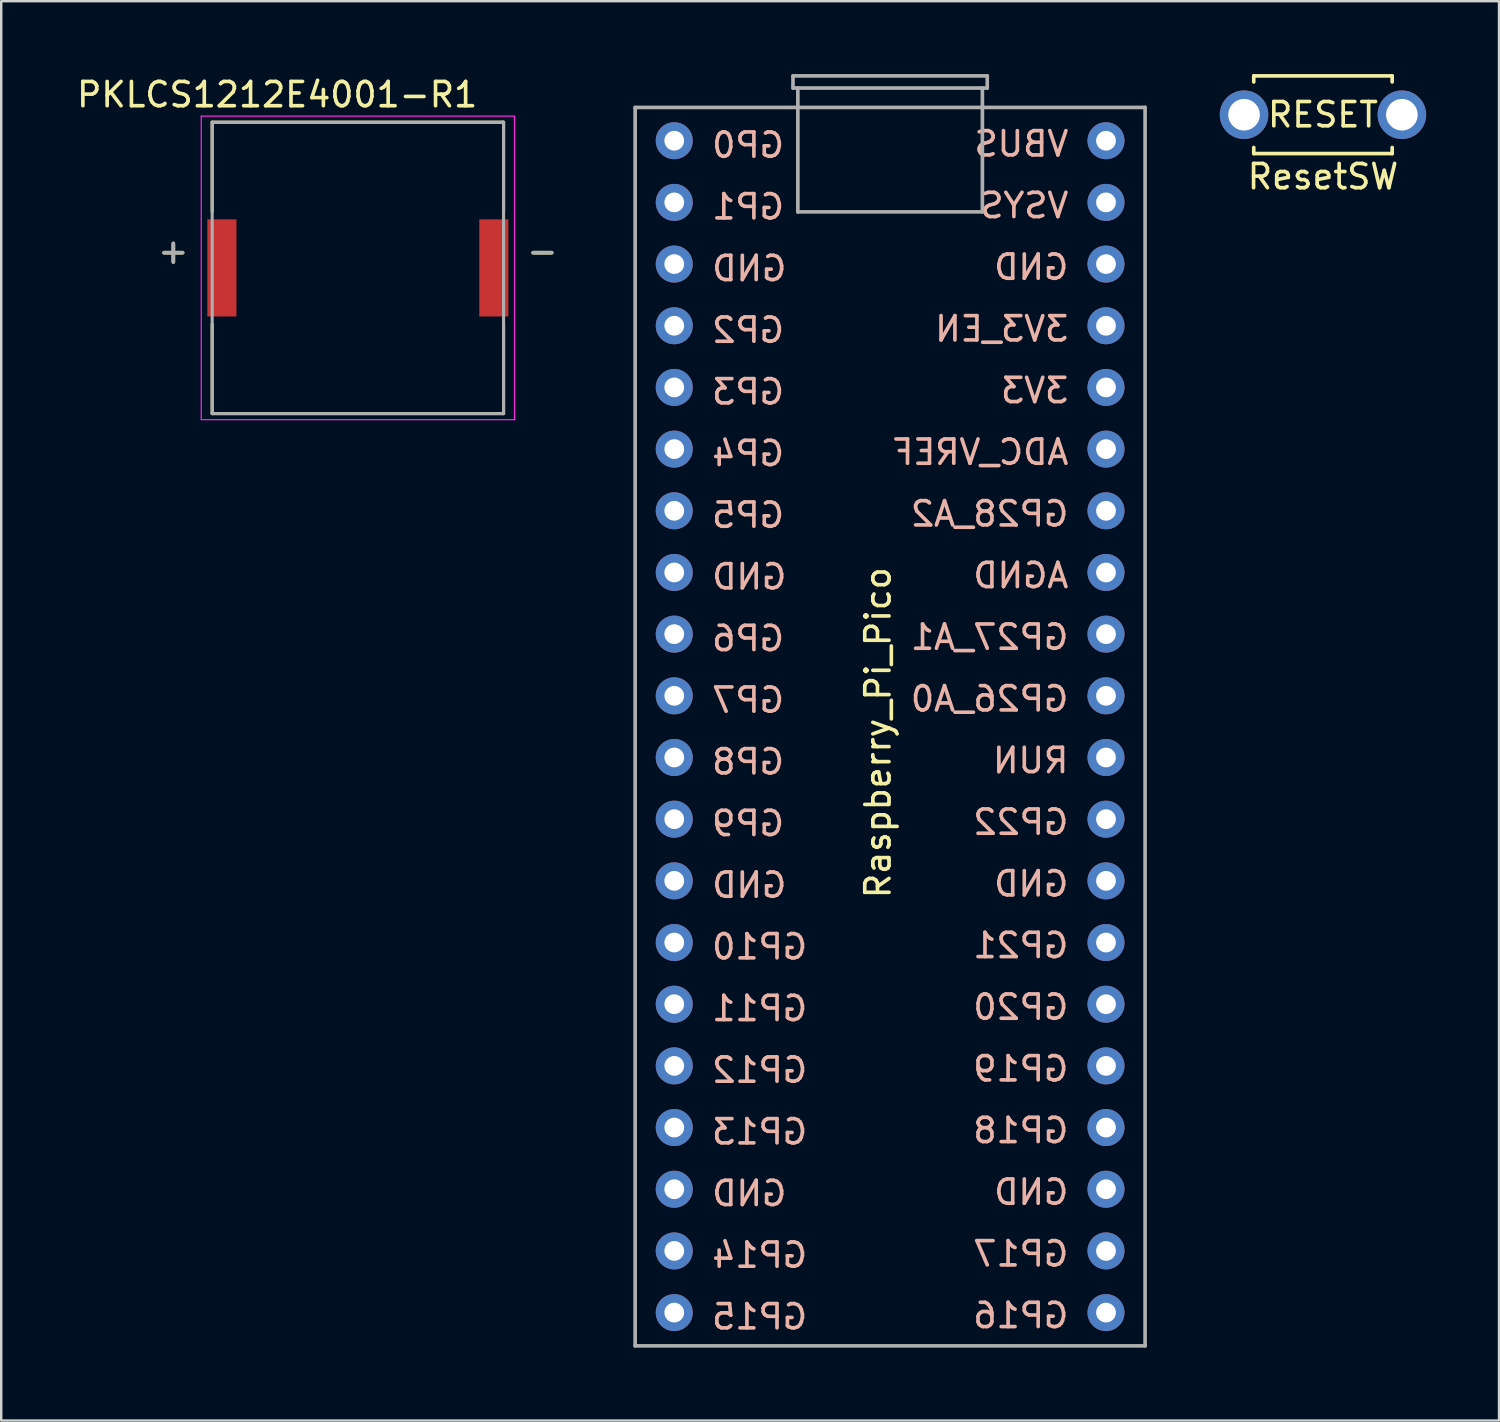
<source format=kicad_pcb>
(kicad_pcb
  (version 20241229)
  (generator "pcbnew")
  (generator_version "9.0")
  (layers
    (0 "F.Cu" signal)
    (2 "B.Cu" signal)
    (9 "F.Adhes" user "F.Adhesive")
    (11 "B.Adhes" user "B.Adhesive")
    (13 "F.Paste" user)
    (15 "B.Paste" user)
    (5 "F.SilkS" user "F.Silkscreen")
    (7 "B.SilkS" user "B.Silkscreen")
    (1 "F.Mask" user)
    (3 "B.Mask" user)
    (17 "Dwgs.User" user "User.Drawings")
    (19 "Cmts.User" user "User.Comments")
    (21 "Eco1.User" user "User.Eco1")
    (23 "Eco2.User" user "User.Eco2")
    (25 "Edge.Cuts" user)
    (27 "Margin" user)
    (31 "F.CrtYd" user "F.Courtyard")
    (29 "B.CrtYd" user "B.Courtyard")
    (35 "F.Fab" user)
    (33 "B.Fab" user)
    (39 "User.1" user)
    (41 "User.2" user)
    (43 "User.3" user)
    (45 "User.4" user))
  (footprint "Raspberry_Pi_Pico"
    (layer "F.Cu")
    (at 33.607 26.875)
    (property "Reference" "Raspberry_Pi_Pico" (at -0.5 0.25 90) (layer "F.SilkS") (effects (font (size 1 1) (thickness 0.15))))
    (attr through_hole)
    (fp_line (start -10.5 -25.5) (end -10.5 25.5) (stroke (width 0.15) (type solid)) (layer "F.Fab"))
    (fp_line (start -10.5 -25.5) (end 10.5 -25.5) (stroke (width 0.15) (type solid)) (layer "F.Fab"))
    (fp_line (start -10.5 25.5) (end 10.5 25.5) (stroke (width 0.15) (type solid)) (layer "F.Fab"))
    (fp_line (start -4 -26.8) (end -4 -26.3) (stroke (width 0.15) (type solid)) (layer "F.Fab"))
    (fp_line (start -4 -26.8) (end 4 -26.8) (stroke (width 0.15) (type solid)) (layer "F.Fab"))
    (fp_line (start -4 -26.3) (end 4 -26.3) (stroke (width 0.15) (type solid)) (layer "F.Fab"))
    (fp_line (start -3.8 -26.3) (end -3.8 -21.2) (stroke (width 0.15) (type solid)) (layer "F.Fab"))
    (fp_line (start -3.8 -21.2) (end 3.8 -21.2) (stroke (width 0.15) (type solid)) (layer "F.Fab"))
    (fp_line (start 3.8 -26.3) (end 3.8 -21.2) (stroke (width 0.15) (type solid)) (layer "F.Fab"))
    (fp_line (start 4 -26.8) (end 4 -26.3) (stroke (width 0.15) (type solid)) (layer "F.Fab"))
    (fp_line (start 10.5 -25.5) (end 10.5 25.5) (stroke (width 0.15) (type solid)) (layer "F.Fab"))
    (fp_text user "ADC_VREF" (at 3.716 -11.303 180) (layer "B.SilkS") (effects (font (size 1 1) (thickness 0.15)) (justify mirror)))
    (fp_text user "GP9" (at -5.849 3.988 180) (layer "B.SilkS") (effects (font (size 1 1) (thickness 0.15)) (justify mirror)))
    (fp_text user "GP14" (at -5.373 21.765 180) (layer "B.SilkS") (effects (font (size 1 1) (thickness 0.15)) (justify mirror)))
    (fp_text user "GND" (at -5.801 -6.17 180) (layer "B.SilkS") (effects (font (size 1 1) (thickness 0.15)) (justify mirror)))
    (fp_text user "GP4" (at -5.849 -11.249 180) (layer "B.SilkS") (effects (font (size 1 1) (thickness 0.15)) (justify mirror)))
    (fp_text user "GND" (at -5.801 -18.867 180) (layer "B.SilkS") (effects (font (size 1 1) (thickness 0.15)) (justify mirror)))
    (fp_text user "GP27_A1" (at 4.097 -3.684 180) (layer "B.SilkS") (effects (font (size 1 1) (thickness 0.15)) (justify mirror)))
    (fp_text user "GP17" (at 5.382 21.711 180) (layer "B.SilkS") (effects (font (size 1 1) (thickness 0.15)) (justify mirror)))
    (fp_text user "GND" (at 5.811 6.474 180) (layer "B.SilkS") (effects (font (size 1 1) (thickness 0.15)) (justify mirror)))
    (fp_text user "GP1" (at -5.849 -21.407 180) (layer "B.SilkS") (effects (font (size 1 1) (thickness 0.15)) (justify mirror)))
    (fp_text user "GND" (at 5.811 19.171 180) (layer "B.SilkS") (effects (font (size 1 1) (thickness 0.15)) (justify mirror)))
    (fp_text user "GND" (at -5.801 6.528 180) (layer "B.SilkS") (effects (font (size 1 1) (thickness 0.15)) (justify mirror)))
    (fp_text user "GP6" (at -5.849 -3.63 180) (layer "B.SilkS") (effects (font (size 1 1) (thickness 0.15)) (justify mirror)))
    (fp_text user "GP11" (at -5.373 11.607 180) (layer "B.SilkS") (effects (font (size 1 1) (thickness 0.15)) (justify mirror)))
    (fp_text user "GP5" (at -5.849 -8.709 180) (layer "B.SilkS") (effects (font (size 1 1) (thickness 0.15)) (justify mirror)))
    (fp_text user "GP3" (at -5.849 -13.788 180) (layer "B.SilkS") (effects (font (size 1 1) (thickness 0.15)) (justify mirror)))
    (fp_text user "GP26_A0" (at 4.097 -1.145 180) (layer "B.SilkS") (effects (font (size 1 1) (thickness 0.15)) (justify mirror)))
    (fp_text user "GND" (at 5.811 -18.921 180) (layer "B.SilkS") (effects (font (size 1 1) (thickness 0.15)) (justify mirror)))
    (fp_text user "GP10" (at -5.373 9.067 180) (layer "B.SilkS") (effects (font (size 1 1) (thickness 0.15)) (justify mirror)))
    (fp_text user "GP22" (at 5.382 3.934 180) (layer "B.SilkS") (effects (font (size 1 1) (thickness 0.15)) (justify mirror)))
    (fp_text user "VSYS" (at 5.525 -21.461 180) (layer "B.SilkS") (effects (font (size 1 1) (thickness 0.15)) (justify mirror)))
    (fp_text user "GP21" (at 5.382 9.013 180) (layer "B.SilkS") (effects (font (size 1 1) (thickness 0.15)) (justify mirror)))
    (fp_text user "3V3" (at 5.954 -13.842 180) (layer "B.SilkS") (effects (font (size 1 1) (thickness 0.15)) (justify mirror)))
    (fp_text user "GP2" (at -5.849 -16.328 180) (layer "B.SilkS") (effects (font (size 1 1) (thickness 0.15)) (justify mirror)))
    (fp_text user "VBUS" (at 5.406 -24 180) (layer "B.SilkS") (effects (font (size 1 1) (thickness 0.15)) (justify mirror)))
    (fp_text user "GP28_A2" (at 4.097 -8.763 180) (layer "B.SilkS") (effects (font (size 1 1) (thickness 0.15)) (justify mirror)))
    (fp_text user "GND" (at -5.801 19.225 180) (layer "B.SilkS") (effects (font (size 1 1) (thickness 0.15)) (justify mirror)))
    (fp_text user "GP20" (at 5.382 11.553 180) (layer "B.SilkS") (effects (font (size 1 1) (thickness 0.15)) (justify mirror)))
    (fp_text user "GP12" (at -5.373 14.146 180) (layer "B.SilkS") (effects (font (size 1 1) (thickness 0.15)) (justify mirror)))
    (fp_text user "GP8" (at -5.849 1.449 180) (layer "B.SilkS") (effects (font (size 1 1) (thickness 0.15)) (justify mirror)))
    (fp_text user "GP16" (at 5.382 24.25 180) (layer "B.SilkS") (effects (font (size 1 1) (thickness 0.15)) (justify mirror)))
    (fp_text user "GP0" (at -5.849 -23.946 180) (layer "B.SilkS") (effects (font (size 1 1) (thickness 0.15)) (justify mirror)))
    (fp_text user "GP18" (at 5.382 16.632 180) (layer "B.SilkS") (effects (font (size 1 1) (thickness 0.15)) (justify mirror)))
    (fp_text user "GP7" (at -5.849 -1.091 180) (layer "B.SilkS") (effects (font (size 1 1) (thickness 0.15)) (justify mirror)))
    (fp_text user "GP15" (at -5.373 24.304 180) (layer "B.SilkS") (effects (font (size 1 1) (thickness 0.15)) (justify mirror)))
    (fp_text user "GP19" (at 5.382 14.092 180) (layer "B.SilkS") (effects (font (size 1 1) (thickness 0.15)) (justify mirror)))
    (fp_text user "GP13" (at -5.373 16.686 180) (layer "B.SilkS") (effects (font (size 1 1) (thickness 0.15)) (justify mirror)))
    (fp_text user "3V3_EN" (at 4.597 -16.382 180) (layer "B.SilkS") (effects (font (size 1 1) (thickness 0.15)) (justify mirror)))
    (fp_text user "RUN" (at 5.787 1.395 180) (layer "B.SilkS") (effects (font (size 1 1) (thickness 0.15)) (justify mirror)))
    (fp_text user "AGND" (at 5.382 -6.224 180) (layer "B.SilkS") (effects (font (size 1 1) (thickness 0.15)) (justify mirror)))
    (pad "1" thru_hole circle (at -8.89 -24.13) (size 1.524 1.524) (drill 0.813) (layers "*.Cu" "B.Mask"))
    (pad "2" thru_hole circle (at -8.89 -21.59) (size 1.524 1.524) (drill 0.813) (layers "*.Cu" "B.Mask"))
    (pad "3" thru_hole circle (at -8.89 -19.05) (size 1.524 1.524) (drill 0.813) (layers "*.Cu" "B.Mask"))
    (pad "4" thru_hole circle (at -8.89 -16.51) (size 1.524 1.524) (drill 0.813) (layers "*.Cu" "B.Mask"))
    (pad "5" thru_hole circle (at -8.89 -13.97) (size 1.524 1.524) (drill 0.813) (layers "*.Cu" "B.Mask"))
    (pad "6" thru_hole circle (at -8.89 -11.43) (size 1.524 1.524) (drill 0.813) (layers "*.Cu" "B.Mask"))
    (pad "7" thru_hole circle (at -8.89 -8.89) (size 1.524 1.524) (drill 0.813) (layers "*.Cu" "B.Mask"))
    (pad "8" thru_hole circle (at -8.89 -6.35) (size 1.524 1.524) (drill 0.813) (layers "*.Cu" "B.Mask"))
    (pad "9" thru_hole circle (at -8.89 -3.81) (size 1.524 1.524) (drill 0.813) (layers "*.Cu" "B.Mask"))
    (pad "10" thru_hole circle (at -8.89 -1.27) (size 1.524 1.524) (drill 0.813) (layers "*.Cu" "B.Mask"))
    (pad "11" thru_hole circle (at -8.89 1.27) (size 1.524 1.524) (drill 0.813) (layers "*.Cu" "B.Mask"))
    (pad "12" thru_hole circle (at -8.89 3.81) (size 1.524 1.524) (drill 0.813) (layers "*.Cu" "B.Mask"))
    (pad "13" thru_hole circle (at -8.89 6.35) (size 1.524 1.524) (drill 0.813) (layers "*.Cu" "B.Mask"))
    (pad "14" thru_hole circle (at -8.89 8.89) (size 1.524 1.524) (drill 0.813) (layers "*.Cu" "B.Mask"))
    (pad "15" thru_hole circle (at -8.89 11.43) (size 1.524 1.524) (drill 0.813) (layers "*.Cu" "B.Mask"))
    (pad "16" thru_hole circle (at -8.89 13.97) (size 1.524 1.524) (drill 0.813) (layers "*.Cu" "B.Mask"))
    (pad "17" thru_hole circle (at -8.89 16.51) (size 1.524 1.524) (drill 0.813) (layers "*.Cu" "B.Mask"))
    (pad "18" thru_hole circle (at -8.89 19.05) (size 1.524 1.524) (drill 0.813) (layers "*.Cu" "B.Mask"))
    (pad "19" thru_hole circle (at -8.89 21.59) (size 1.524 1.524) (drill 0.813) (layers "*.Cu" "B.Mask"))
    (pad "20" thru_hole circle (at -8.89 24.13) (size 1.524 1.524) (drill 0.813) (layers "*.Cu" "B.Mask"))
    (pad "21" thru_hole circle (at 8.89 24.13) (size 1.524 1.524) (drill 0.813) (layers "*.Cu" "B.Mask"))
    (pad "22" thru_hole circle (at 8.89 21.59) (size 1.524 1.524) (drill 0.813) (layers "*.Cu" "B.Mask"))
    (pad "23" thru_hole circle (at 8.89 19.05) (size 1.524 1.524) (drill 0.813) (layers "*.Cu" "B.Mask"))
    (pad "24" thru_hole circle (at 8.89 16.51) (size 1.524 1.524) (drill 0.813) (layers "*.Cu" "B.Mask"))
    (pad "25" thru_hole circle (at 8.89 13.97) (size 1.524 1.524) (drill 0.813) (layers "*.Cu" "B.Mask"))
    (pad "26" thru_hole circle (at 8.89 11.43) (size 1.524 1.524) (drill 0.813) (layers "*.Cu" "B.Mask"))
    (pad "27" thru_hole circle (at 8.89 8.89) (size 1.524 1.524) (drill 0.813) (layers "*.Cu" "B.Mask"))
    (pad "28" thru_hole circle (at 8.89 6.35) (size 1.524 1.524) (drill 0.813) (layers "*.Cu" "B.Mask"))
    (pad "29" thru_hole circle (at 8.89 3.81) (size 1.524 1.524) (drill 0.813) (layers "*.Cu" "B.Mask"))
    (pad "30" thru_hole circle (at 8.89 1.27) (size 1.524 1.524) (drill 0.813) (layers "*.Cu" "B.Mask"))
    (pad "31" thru_hole circle (at 8.89 -1.27) (size 1.524 1.524) (drill 0.813) (layers "*.Cu" "B.Mask"))
    (pad "32" thru_hole circle (at 8.89 -3.81) (size 1.524 1.524) (drill 0.813) (layers "*.Cu" "B.Mask"))
    (pad "33" thru_hole circle (at 8.89 -6.35) (size 1.524 1.524) (drill 0.813) (layers "*.Cu" "B.Mask"))
    (pad "34" thru_hole circle (at 8.89 -8.89) (size 1.524 1.524) (drill 0.813) (layers "*.Cu" "B.Mask"))
    (pad "35" thru_hole circle (at 8.89 -11.43) (size 1.524 1.524) (drill 0.813) (layers "*.Cu" "B.Mask"))
    (pad "36" thru_hole circle (at 8.89 -13.97) (size 1.524 1.524) (drill 0.813) (layers "*.Cu" "B.Mask"))
    (pad "37" thru_hole circle (at 8.89 -16.51) (size 1.524 1.524) (drill 0.813) (layers "*.Cu" "B.Mask"))
    (pad "38" thru_hole circle (at 8.89 -19.05) (size 1.524 1.524) (drill 0.813) (layers "*.Cu" "B.Mask"))
    (pad "39" thru_hole circle (at 8.89 -21.59) (size 1.524 1.524) (drill 0.813) (layers "*.Cu" "B.Mask"))
    (pad "40" thru_hole circle (at 8.89 -24.13) (size 1.524 1.524) (drill 0.813) (layers "*.Cu" "B.Mask")))
  (footprint "PKLCS1212E4001-R1"
    (layer "F.Cu")
    (at 11.688 7.983)
    (property "Reference" "PKLCS1212E4001-R1" (at -3.325 -7.135 0) (layer "F.SilkS") (effects (font (size 1 1) (thickness 0.15))))
    (attr smd)
    (fp_line (start -6 -6) (end -6 -2.32) (stroke (width 0.127) (type solid)) (layer "F.SilkS"))
    (fp_line (start -6 -6) (end 6 -6) (stroke (width 0.127) (type solid)) (layer "F.SilkS"))
    (fp_line (start -6 6) (end -6 2.32) (stroke (width 0.127) (type solid)) (layer "F.SilkS"))
    (fp_line (start -6 6) (end 6 6) (stroke (width 0.127) (type solid)) (layer "F.SilkS"))
    (fp_line (start 6 -6) (end 6 -2.32) (stroke (width 0.127) (type solid)) (layer "F.SilkS"))
    (fp_line (start 6 6) (end 6 2.32) (stroke (width 0.127) (type solid)) (layer "F.SilkS"))
    (fp_line (start -6.45 -6.25) (end 6.45 -6.25) (stroke (width 0.05) (type solid)) (layer "F.CrtYd"))
    (fp_line (start -6.45 6.25) (end -6.45 -6.25) (stroke (width 0.05) (type solid)) (layer "F.CrtYd"))
    (fp_line (start 6.45 -6.25) (end 6.45 6.25) (stroke (width 0.05) (type solid)) (layer "F.CrtYd"))
    (fp_line (start 6.45 6.25) (end -6.45 6.25) (stroke (width 0.05) (type solid)) (layer "F.CrtYd"))
    (fp_line (start -6 -6) (end 6 -6) (stroke (width 0.127) (type solid)) (layer "F.Fab"))
    (fp_line (start -6 6) (end -6 -6) (stroke (width 0.127) (type solid)) (layer "F.Fab"))
    (fp_line (start 6 -6) (end 6 6) (stroke (width 0.127) (type solid)) (layer "F.Fab"))
    (fp_line (start 6 6) (end -6 6) (stroke (width 0.127) (type solid)) (layer "F.Fab"))
    (fp_text user "+" (at -7.6 -0.7 0) (layer "F.SilkS") (effects (font (size 1 1) (thickness 0.15))))
    (fp_text user "-" (at 7.6 -0.7 0) (layer "F.SilkS") (effects (font (size 1 1) (thickness 0.15))))
    (fp_text user "-" (at 7.6 -0.7 0) (layer "F.Fab") (effects (font (size 1 1) (thickness 0.15))))
    (fp_text user "+" (at -7.6 -0.7 0) (layer "F.Fab") (effects (font (size 1 1) (thickness 0.15))))
    (pad "N" smd rect (at 5.6 0) (size 1.2 4) (layers "F.Cu" "F.Mask" "F.Paste"))
    (pad "P" smd rect (at -5.6 0) (size 1.2 4) (layers "F.Cu" "F.Mask" "F.Paste")))
  (footprint "ResetSW"
    (layer "F.Cu")
    (at 51.432 1.675)
    (property "Reference" "ResetSW" (at 0 2.55 0) (layer "F.SilkS") (effects (font (size 1 1) (thickness 0.15))))
    (attr through_hole)
    (fp_line (start -2.85 -1.6) (end -2.85 -1.35) (stroke (width 0.15) (type solid)) (layer "F.SilkS"))
    (fp_line (start -2.85 -1.6) (end 2.85 -1.6) (stroke (width 0.15) (type solid)) (layer "F.SilkS"))
    (fp_line (start -2.85 1.6) (end -2.85 1.35) (stroke (width 0.15) (type solid)) (layer "F.SilkS"))
    (fp_line (start -2.85 1.6) (end 2.85 1.6) (stroke (width 0.15) (type solid)) (layer "F.SilkS"))
    (fp_line (start 2.85 -1.6) (end 2.85 -1.35) (stroke (width 0.15) (type solid)) (layer "F.SilkS"))
    (fp_line (start 2.85 1.6) (end 2.85 1.35) (stroke (width 0.15) (type solid)) (layer "F.SilkS"))
    (fp_text user "RESET" (at 0 0 0) (layer "F.SilkS") (effects (font (size 1 1) (thickness 0.15))))
    (pad "1" thru_hole circle (at 3.25 0) (size 2 2) (drill 1.3) (layers "*.Cu" "*.Mask"))
    (pad "2" thru_hole circle (at -3.25 0) (size 2 2) (drill 1.3) (layers "*.Cu" "*.Mask")))
  (gr_rect
    (start -3 -3)
    (end 58.682 55.45)
    (stroke (width 0.1) (type default))
    (fill no)
    (layer "Edge.Cuts")))
</source>
